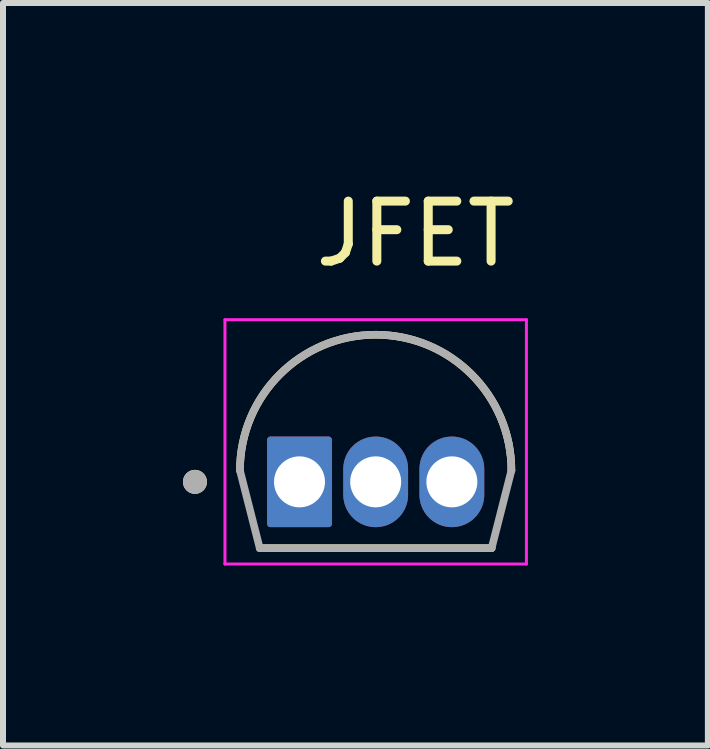
<source format=kicad_pcb>
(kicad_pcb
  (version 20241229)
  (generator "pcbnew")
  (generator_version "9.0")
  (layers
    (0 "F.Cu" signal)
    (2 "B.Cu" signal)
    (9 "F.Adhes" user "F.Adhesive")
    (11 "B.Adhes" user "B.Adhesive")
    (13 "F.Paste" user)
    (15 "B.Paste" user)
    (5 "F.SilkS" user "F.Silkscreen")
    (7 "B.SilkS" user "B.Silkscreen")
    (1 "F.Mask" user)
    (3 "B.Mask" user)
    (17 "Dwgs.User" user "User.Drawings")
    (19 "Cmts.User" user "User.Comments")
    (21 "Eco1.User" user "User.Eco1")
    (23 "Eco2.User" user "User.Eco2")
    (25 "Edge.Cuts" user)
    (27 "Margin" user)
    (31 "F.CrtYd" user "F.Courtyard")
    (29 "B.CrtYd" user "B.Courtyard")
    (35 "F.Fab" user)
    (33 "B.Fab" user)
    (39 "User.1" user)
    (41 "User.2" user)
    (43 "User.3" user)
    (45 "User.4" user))
  (footprint "JFET"
    (layer "F.Cu")
    (at 3.213 4.983)
    (property "Reference" "JFET" (at 0.662 -4.135 0) (layer "F.SilkS") (effects (font (size 1 1) (thickness 0.15))))
    (attr through_hole)
    (fp_poly (pts (xy -0.635 0.215) (xy -0.635 -0.215) (xy -0.634 -0.248) (xy -0.632 -0.281) (xy -0.627 -0.314) (xy -0.621 -0.347) (xy -0.613 -0.379) (xy -0.604 -0.411) (xy -0.593 -0.443) (xy -0.58 -0.473) (xy -0.566 -0.503) (xy -0.55 -0.532) (xy -0.533 -0.561) (xy -0.514 -0.588) (xy -0.493 -0.615) (xy -0.472 -0.64) (xy -0.449 -0.664) (xy -0.425 -0.687) (xy -0.4 -0.708) (xy -0.373 -0.729) (xy -0.346 -0.748) (xy -0.317 -0.765) (xy -0.288 -0.781) (xy -0.258 -0.795) (xy -0.228 -0.808) (xy -0.196 -0.819) (xy -0.164 -0.828) (xy -0.132 -0.836) (xy -0.099 -0.842) (xy -0.066 -0.847) (xy -0.033 -0.849) (xy 0 -0.85) (xy 0.033 -0.849) (xy 0.066 -0.847) (xy 0.099 -0.842) (xy 0.132 -0.836) (xy 0.164 -0.828) (xy 0.196 -0.819) (xy 0.228 -0.808) (xy 0.258 -0.795) (xy 0.288 -0.781) (xy 0.318 -0.765) (xy 0.346 -0.748) (xy 0.373 -0.729) (xy 0.4 -0.708) (xy 0.425 -0.687) (xy 0.449 -0.664) (xy 0.472 -0.64) (xy 0.493 -0.615) (xy 0.514 -0.588) (xy 0.533 -0.561) (xy 0.55 -0.532) (xy 0.566 -0.503) (xy 0.58 -0.473) (xy 0.593 -0.443) (xy 0.604 -0.411) (xy 0.613 -0.379) (xy 0.621 -0.347) (xy 0.627 -0.314) (xy 0.632 -0.281) (xy 0.634 -0.248) (xy 0.635 -0.215) (xy 0.635 0.215) (xy 0.634 0.248) (xy 0.632 0.281) (xy 0.627 0.314) (xy 0.621 0.347) (xy 0.613 0.379) (xy 0.604 0.411) (xy 0.593 0.443) (xy 0.58 0.473) (xy 0.566 0.503) (xy 0.55 0.532) (xy 0.533 0.561) (xy 0.514 0.588) (xy 0.493 0.615) (xy 0.472 0.64) (xy 0.449 0.664) (xy 0.425 0.687) (xy 0.4 0.708) (xy 0.373 0.729) (xy 0.346 0.748) (xy 0.318 0.765) (xy 0.288 0.781) (xy 0.258 0.795) (xy 0.228 0.808) (xy 0.196 0.819) (xy 0.164 0.828) (xy 0.132 0.836) (xy 0.099 0.842) (xy 0.066 0.847) (xy 0.033 0.849) (xy 0 0.85) (xy -0.033 0.849) (xy -0.066 0.847) (xy -0.099 0.842) (xy -0.132 0.836) (xy -0.164 0.828) (xy -0.196 0.819) (xy -0.228 0.808) (xy -0.258 0.795) (xy -0.288 0.781) (xy -0.317 0.765) (xy -0.346 0.748) (xy -0.373 0.729) (xy -0.4 0.708) (xy -0.425 0.687) (xy -0.449 0.664) (xy -0.472 0.64) (xy -0.493 0.615) (xy -0.514 0.588) (xy -0.533 0.561) (xy -0.55 0.532) (xy -0.566 0.503) (xy -0.58 0.473) (xy -0.593 0.443) (xy -0.604 0.411) (xy -0.613 0.379) (xy -0.621 0.347) (xy -0.627 0.314) (xy -0.632 0.281) (xy -0.634 0.248) (xy -0.635 0.215)) (stroke (width 0.01) (type solid)) (fill yes) (layer "F.Mask"))
    (fp_poly (pts (xy 0.635 0.215) (xy 0.635 -0.215) (xy 0.636 -0.248) (xy 0.638 -0.281) (xy 0.643 -0.314) (xy 0.649 -0.347) (xy 0.657 -0.379) (xy 0.666 -0.411) (xy 0.677 -0.443) (xy 0.69 -0.473) (xy 0.704 -0.503) (xy 0.72 -0.532) (xy 0.737 -0.561) (xy 0.756 -0.588) (xy 0.777 -0.615) (xy 0.798 -0.64) (xy 0.821 -0.664) (xy 0.845 -0.687) (xy 0.87 -0.708) (xy 0.897 -0.729) (xy 0.924 -0.748) (xy 0.953 -0.765) (xy 0.982 -0.781) (xy 1.012 -0.795) (xy 1.042 -0.808) (xy 1.074 -0.819) (xy 1.106 -0.828) (xy 1.138 -0.836) (xy 1.171 -0.842) (xy 1.204 -0.847) (xy 1.237 -0.849) (xy 1.27 -0.85) (xy 1.303 -0.849) (xy 1.336 -0.847) (xy 1.369 -0.842) (xy 1.402 -0.836) (xy 1.434 -0.828) (xy 1.466 -0.819) (xy 1.498 -0.808) (xy 1.528 -0.795) (xy 1.558 -0.781) (xy 1.588 -0.765) (xy 1.616 -0.748) (xy 1.643 -0.729) (xy 1.67 -0.708) (xy 1.695 -0.687) (xy 1.719 -0.664) (xy 1.742 -0.64) (xy 1.763 -0.615) (xy 1.784 -0.588) (xy 1.803 -0.561) (xy 1.82 -0.532) (xy 1.836 -0.503) (xy 1.85 -0.473) (xy 1.863 -0.443) (xy 1.874 -0.411) (xy 1.883 -0.379) (xy 1.891 -0.347) (xy 1.897 -0.314) (xy 1.902 -0.281) (xy 1.904 -0.248) (xy 1.905 -0.215) (xy 1.905 0.215) (xy 1.904 0.248) (xy 1.902 0.281) (xy 1.897 0.314) (xy 1.891 0.347) (xy 1.883 0.379) (xy 1.874 0.411) (xy 1.863 0.443) (xy 1.85 0.473) (xy 1.836 0.503) (xy 1.82 0.532) (xy 1.803 0.561) (xy 1.784 0.588) (xy 1.763 0.615) (xy 1.742 0.64) (xy 1.719 0.664) (xy 1.695 0.687) (xy 1.67 0.708) (xy 1.643 0.729) (xy 1.616 0.748) (xy 1.588 0.765) (xy 1.558 0.781) (xy 1.528 0.795) (xy 1.498 0.808) (xy 1.466 0.819) (xy 1.434 0.828) (xy 1.402 0.836) (xy 1.369 0.842) (xy 1.336 0.847) (xy 1.303 0.849) (xy 1.27 0.85) (xy 1.237 0.849) (xy 1.204 0.847) (xy 1.171 0.842) (xy 1.138 0.836) (xy 1.106 0.828) (xy 1.074 0.819) (xy 1.042 0.808) (xy 1.012 0.795) (xy 0.982 0.781) (xy 0.953 0.765) (xy 0.924 0.748) (xy 0.897 0.729) (xy 0.87 0.708) (xy 0.845 0.687) (xy 0.821 0.664) (xy 0.798 0.64) (xy 0.777 0.615) (xy 0.756 0.588) (xy 0.737 0.561) (xy 0.72 0.532) (xy 0.704 0.503) (xy 0.69 0.473) (xy 0.677 0.443) (xy 0.666 0.411) (xy 0.657 0.379) (xy 0.649 0.347) (xy 0.643 0.314) (xy 0.638 0.281) (xy 0.636 0.248) (xy 0.635 0.215)) (stroke (width 0.01) (type solid)) (fill yes) (layer "F.Mask"))
    (fp_poly (pts (xy -0.635 -0.75) (xy -0.635 0.75) (xy -0.635 0.755) (xy -0.636 0.76) (xy -0.636 0.766) (xy -0.637 0.771) (xy -0.638 0.776) (xy -0.64 0.781) (xy -0.642 0.786) (xy -0.644 0.791) (xy -0.646 0.795) (xy -0.648 0.8) (xy -0.651 0.804) (xy -0.654 0.809) (xy -0.657 0.813) (xy -0.661 0.817) (xy -0.664 0.821) (xy -0.668 0.824) (xy -0.672 0.828) (xy -0.676 0.831) (xy -0.681 0.834) (xy -0.685 0.837) (xy -0.69 0.839) (xy -0.694 0.841) (xy -0.699 0.843) (xy -0.704 0.845) (xy -0.709 0.847) (xy -0.714 0.848) (xy -0.719 0.849) (xy -0.725 0.849) (xy -0.73 0.85) (xy -0.735 0.85) (xy -1.805 0.85) (xy -1.81 0.85) (xy -1.815 0.849) (xy -1.821 0.849) (xy -1.826 0.848) (xy -1.831 0.847) (xy -1.836 0.845) (xy -1.841 0.843) (xy -1.846 0.841) (xy -1.85 0.839) (xy -1.855 0.837) (xy -1.859 0.834) (xy -1.864 0.831) (xy -1.868 0.828) (xy -1.872 0.824) (xy -1.876 0.821) (xy -1.879 0.817) (xy -1.883 0.813) (xy -1.886 0.809) (xy -1.889 0.804) (xy -1.892 0.8) (xy -1.894 0.795) (xy -1.896 0.791) (xy -1.898 0.786) (xy -1.9 0.781) (xy -1.902 0.776) (xy -1.903 0.771) (xy -1.904 0.766) (xy -1.904 0.76) (xy -1.905 0.755) (xy -1.905 0.75) (xy -1.905 -0.75) (xy -1.905 -0.755) (xy -1.904 -0.76) (xy -1.904 -0.766) (xy -1.903 -0.771) (xy -1.902 -0.776) (xy -1.9 -0.781) (xy -1.898 -0.786) (xy -1.896 -0.791) (xy -1.894 -0.795) (xy -1.892 -0.8) (xy -1.889 -0.804) (xy -1.886 -0.809) (xy -1.883 -0.813) (xy -1.879 -0.817) (xy -1.876 -0.821) (xy -1.872 -0.824) (xy -1.868 -0.828) (xy -1.864 -0.831) (xy -1.859 -0.834) (xy -1.855 -0.837) (xy -1.85 -0.839) (xy -1.846 -0.841) (xy -1.841 -0.843) (xy -1.836 -0.845) (xy -1.831 -0.847) (xy -1.826 -0.848) (xy -1.821 -0.849) (xy -1.815 -0.849) (xy -1.81 -0.85) (xy -1.805 -0.85) (xy -0.735 -0.85) (xy -0.73 -0.85) (xy -0.725 -0.849) (xy -0.719 -0.849) (xy -0.714 -0.848) (xy -0.709 -0.847) (xy -0.704 -0.845) (xy -0.699 -0.843) (xy -0.694 -0.841) (xy -0.69 -0.839) (xy -0.685 -0.837) (xy -0.681 -0.834) (xy -0.676 -0.831) (xy -0.672 -0.828) (xy -0.668 -0.824) (xy -0.664 -0.821) (xy -0.661 -0.817) (xy -0.657 -0.813) (xy -0.654 -0.809) (xy -0.651 -0.804) (xy -0.648 -0.8) (xy -0.646 -0.795) (xy -0.644 -0.791) (xy -0.642 -0.786) (xy -0.64 -0.781) (xy -0.638 -0.776) (xy -0.637 -0.771) (xy -0.636 -0.766) (xy -0.636 -0.76) (xy -0.635 -0.755) (xy -0.635 -0.75)) (stroke (width 0.01) (type solid)) (fill yes) (layer "F.Mask"))
    (fp_poly (pts (xy -0.635 0.215) (xy -0.635 -0.215) (xy -0.634 -0.248) (xy -0.632 -0.281) (xy -0.627 -0.314) (xy -0.621 -0.347) (xy -0.613 -0.379) (xy -0.604 -0.411) (xy -0.593 -0.443) (xy -0.58 -0.473) (xy -0.566 -0.503) (xy -0.55 -0.532) (xy -0.533 -0.561) (xy -0.514 -0.588) (xy -0.493 -0.615) (xy -0.472 -0.64) (xy -0.449 -0.664) (xy -0.425 -0.687) (xy -0.4 -0.708) (xy -0.373 -0.729) (xy -0.346 -0.748) (xy -0.317 -0.765) (xy -0.288 -0.781) (xy -0.258 -0.795) (xy -0.228 -0.808) (xy -0.196 -0.819) (xy -0.164 -0.828) (xy -0.132 -0.836) (xy -0.099 -0.842) (xy -0.066 -0.847) (xy -0.033 -0.849) (xy 0 -0.85) (xy 0.033 -0.849) (xy 0.066 -0.847) (xy 0.099 -0.842) (xy 0.132 -0.836) (xy 0.164 -0.828) (xy 0.196 -0.819) (xy 0.228 -0.808) (xy 0.258 -0.795) (xy 0.288 -0.781) (xy 0.318 -0.765) (xy 0.346 -0.748) (xy 0.373 -0.729) (xy 0.4 -0.708) (xy 0.425 -0.687) (xy 0.449 -0.664) (xy 0.472 -0.64) (xy 0.493 -0.615) (xy 0.514 -0.588) (xy 0.533 -0.561) (xy 0.55 -0.532) (xy 0.566 -0.503) (xy 0.58 -0.473) (xy 0.593 -0.443) (xy 0.604 -0.411) (xy 0.613 -0.379) (xy 0.621 -0.347) (xy 0.627 -0.314) (xy 0.632 -0.281) (xy 0.634 -0.248) (xy 0.635 -0.215) (xy 0.635 0.215) (xy 0.634 0.248) (xy 0.632 0.281) (xy 0.627 0.314) (xy 0.621 0.347) (xy 0.613 0.379) (xy 0.604 0.411) (xy 0.593 0.443) (xy 0.58 0.473) (xy 0.566 0.503) (xy 0.55 0.532) (xy 0.533 0.561) (xy 0.514 0.588) (xy 0.493 0.615) (xy 0.472 0.64) (xy 0.449 0.664) (xy 0.425 0.687) (xy 0.4 0.708) (xy 0.373 0.729) (xy 0.346 0.748) (xy 0.318 0.765) (xy 0.288 0.781) (xy 0.258 0.795) (xy 0.228 0.808) (xy 0.196 0.819) (xy 0.164 0.828) (xy 0.132 0.836) (xy 0.099 0.842) (xy 0.066 0.847) (xy 0.033 0.849) (xy 0 0.85) (xy -0.033 0.849) (xy -0.066 0.847) (xy -0.099 0.842) (xy -0.132 0.836) (xy -0.164 0.828) (xy -0.196 0.819) (xy -0.228 0.808) (xy -0.258 0.795) (xy -0.288 0.781) (xy -0.317 0.765) (xy -0.346 0.748) (xy -0.373 0.729) (xy -0.4 0.708) (xy -0.425 0.687) (xy -0.449 0.664) (xy -0.472 0.64) (xy -0.493 0.615) (xy -0.514 0.588) (xy -0.533 0.561) (xy -0.55 0.532) (xy -0.566 0.503) (xy -0.58 0.473) (xy -0.593 0.443) (xy -0.604 0.411) (xy -0.613 0.379) (xy -0.621 0.347) (xy -0.627 0.314) (xy -0.632 0.281) (xy -0.634 0.248) (xy -0.635 0.215)) (stroke (width 0.01) (type solid)) (fill yes) (layer "B.Mask"))
    (fp_poly (pts (xy 0.635 0.215) (xy 0.635 -0.215) (xy 0.636 -0.248) (xy 0.638 -0.281) (xy 0.643 -0.314) (xy 0.649 -0.347) (xy 0.657 -0.379) (xy 0.666 -0.411) (xy 0.677 -0.443) (xy 0.69 -0.473) (xy 0.704 -0.503) (xy 0.72 -0.532) (xy 0.737 -0.561) (xy 0.756 -0.588) (xy 0.777 -0.615) (xy 0.798 -0.64) (xy 0.821 -0.664) (xy 0.845 -0.687) (xy 0.87 -0.708) (xy 0.897 -0.729) (xy 0.924 -0.748) (xy 0.953 -0.765) (xy 0.982 -0.781) (xy 1.012 -0.795) (xy 1.042 -0.808) (xy 1.074 -0.819) (xy 1.106 -0.828) (xy 1.138 -0.836) (xy 1.171 -0.842) (xy 1.204 -0.847) (xy 1.237 -0.849) (xy 1.27 -0.85) (xy 1.303 -0.849) (xy 1.336 -0.847) (xy 1.369 -0.842) (xy 1.402 -0.836) (xy 1.434 -0.828) (xy 1.466 -0.819) (xy 1.498 -0.808) (xy 1.528 -0.795) (xy 1.558 -0.781) (xy 1.588 -0.765) (xy 1.616 -0.748) (xy 1.643 -0.729) (xy 1.67 -0.708) (xy 1.695 -0.687) (xy 1.719 -0.664) (xy 1.742 -0.64) (xy 1.763 -0.615) (xy 1.784 -0.588) (xy 1.803 -0.561) (xy 1.82 -0.532) (xy 1.836 -0.503) (xy 1.85 -0.473) (xy 1.863 -0.443) (xy 1.874 -0.411) (xy 1.883 -0.379) (xy 1.891 -0.347) (xy 1.897 -0.314) (xy 1.902 -0.281) (xy 1.904 -0.248) (xy 1.905 -0.215) (xy 1.905 0.215) (xy 1.904 0.248) (xy 1.902 0.281) (xy 1.897 0.314) (xy 1.891 0.347) (xy 1.883 0.379) (xy 1.874 0.411) (xy 1.863 0.443) (xy 1.85 0.473) (xy 1.836 0.503) (xy 1.82 0.532) (xy 1.803 0.561) (xy 1.784 0.588) (xy 1.763 0.615) (xy 1.742 0.64) (xy 1.719 0.664) (xy 1.695 0.687) (xy 1.67 0.708) (xy 1.643 0.729) (xy 1.616 0.748) (xy 1.588 0.765) (xy 1.558 0.781) (xy 1.528 0.795) (xy 1.498 0.808) (xy 1.466 0.819) (xy 1.434 0.828) (xy 1.402 0.836) (xy 1.369 0.842) (xy 1.336 0.847) (xy 1.303 0.849) (xy 1.27 0.85) (xy 1.237 0.849) (xy 1.204 0.847) (xy 1.171 0.842) (xy 1.138 0.836) (xy 1.106 0.828) (xy 1.074 0.819) (xy 1.042 0.808) (xy 1.012 0.795) (xy 0.982 0.781) (xy 0.953 0.765) (xy 0.924 0.748) (xy 0.897 0.729) (xy 0.87 0.708) (xy 0.845 0.687) (xy 0.821 0.664) (xy 0.798 0.64) (xy 0.777 0.615) (xy 0.756 0.588) (xy 0.737 0.561) (xy 0.72 0.532) (xy 0.704 0.503) (xy 0.69 0.473) (xy 0.677 0.443) (xy 0.666 0.411) (xy 0.657 0.379) (xy 0.649 0.347) (xy 0.643 0.314) (xy 0.638 0.281) (xy 0.636 0.248) (xy 0.635 0.215)) (stroke (width 0.01) (type solid)) (fill yes) (layer "B.Mask"))
    (fp_poly (pts (xy -0.635 -0.75) (xy -0.635 0.75) (xy -0.635 0.755) (xy -0.636 0.76) (xy -0.636 0.766) (xy -0.637 0.771) (xy -0.638 0.776) (xy -0.64 0.781) (xy -0.642 0.786) (xy -0.644 0.791) (xy -0.646 0.795) (xy -0.648 0.8) (xy -0.651 0.804) (xy -0.654 0.809) (xy -0.657 0.813) (xy -0.661 0.817) (xy -0.664 0.821) (xy -0.668 0.824) (xy -0.672 0.828) (xy -0.676 0.831) (xy -0.681 0.834) (xy -0.685 0.837) (xy -0.69 0.839) (xy -0.694 0.841) (xy -0.699 0.843) (xy -0.704 0.845) (xy -0.709 0.847) (xy -0.714 0.848) (xy -0.719 0.849) (xy -0.725 0.849) (xy -0.73 0.85) (xy -0.735 0.85) (xy -1.805 0.85) (xy -1.81 0.85) (xy -1.815 0.849) (xy -1.821 0.849) (xy -1.826 0.848) (xy -1.831 0.847) (xy -1.836 0.845) (xy -1.841 0.843) (xy -1.846 0.841) (xy -1.85 0.839) (xy -1.855 0.837) (xy -1.859 0.834) (xy -1.864 0.831) (xy -1.868 0.828) (xy -1.872 0.824) (xy -1.876 0.821) (xy -1.879 0.817) (xy -1.883 0.813) (xy -1.886 0.809) (xy -1.889 0.804) (xy -1.892 0.8) (xy -1.894 0.795) (xy -1.896 0.791) (xy -1.898 0.786) (xy -1.9 0.781) (xy -1.902 0.776) (xy -1.903 0.771) (xy -1.904 0.766) (xy -1.904 0.76) (xy -1.905 0.755) (xy -1.905 0.75) (xy -1.905 -0.75) (xy -1.905 -0.755) (xy -1.904 -0.76) (xy -1.904 -0.766) (xy -1.903 -0.771) (xy -1.902 -0.776) (xy -1.9 -0.781) (xy -1.898 -0.786) (xy -1.896 -0.791) (xy -1.894 -0.795) (xy -1.892 -0.8) (xy -1.889 -0.804) (xy -1.886 -0.809) (xy -1.883 -0.813) (xy -1.879 -0.817) (xy -1.876 -0.821) (xy -1.872 -0.824) (xy -1.868 -0.828) (xy -1.864 -0.831) (xy -1.859 -0.834) (xy -1.855 -0.837) (xy -1.85 -0.839) (xy -1.846 -0.841) (xy -1.841 -0.843) (xy -1.836 -0.845) (xy -1.831 -0.847) (xy -1.826 -0.848) (xy -1.821 -0.849) (xy -1.815 -0.849) (xy -1.81 -0.85) (xy -1.805 -0.85) (xy -0.735 -0.85) (xy -0.73 -0.85) (xy -0.725 -0.849) (xy -0.719 -0.849) (xy -0.714 -0.848) (xy -0.709 -0.847) (xy -0.704 -0.845) (xy -0.699 -0.843) (xy -0.694 -0.841) (xy -0.69 -0.839) (xy -0.685 -0.837) (xy -0.681 -0.834) (xy -0.676 -0.831) (xy -0.672 -0.828) (xy -0.668 -0.824) (xy -0.664 -0.821) (xy -0.661 -0.817) (xy -0.657 -0.813) (xy -0.654 -0.809) (xy -0.651 -0.804) (xy -0.648 -0.8) (xy -0.646 -0.795) (xy -0.644 -0.791) (xy -0.642 -0.786) (xy -0.64 -0.781) (xy -0.638 -0.776) (xy -0.637 -0.771) (xy -0.636 -0.766) (xy -0.636 -0.76) (xy -0.635 -0.755) (xy -0.635 -0.75)) (stroke (width 0.01) (type solid)) (fill yes) (layer "B.Mask"))
    (fp_line (start 1.933 1.105) (end -1.933 1.105) (stroke (width 0.127) (type solid)) (layer "F.SilkS"))
    (fp_arc (start -2.2625 -0.19) (mid 0 -2.4525) (end 2.2625 -0.19) (stroke (width 0.127) (type solid)) (layer "F.SilkS"))
    (fp_circle (center -3.013 0) (end -2.913 0) (stroke (width 0.2) (type solid)) (fill no) (layer "F.SilkS"))
    (fp_line (start -2.513 -2.703) (end -2.513 1.37) (stroke (width 0.05) (type solid)) (layer "F.CrtYd"))
    (fp_line (start -2.513 1.37) (end 2.513 1.37) (stroke (width 0.05) (type solid)) (layer "F.CrtYd"))
    (fp_line (start 2.513 -2.703) (end -2.513 -2.703) (stroke (width 0.05) (type solid)) (layer "F.CrtYd"))
    (fp_line (start 2.513 1.37) (end 2.513 -2.703) (stroke (width 0.05) (type solid)) (layer "F.CrtYd"))
    (fp_line (start -1.933 1.105) (end -2.263 -0.19) (stroke (width 0.127) (type solid)) (layer "F.Fab"))
    (fp_line (start 1.933 1.105) (end -1.933 1.105) (stroke (width 0.127) (type solid)) (layer "F.Fab"))
    (fp_line (start 1.933 1.105) (end 2.263 -0.19) (stroke (width 0.127) (type solid)) (layer "F.Fab"))
    (fp_arc (start -2.2625 -0.19) (mid 0 -2.4525) (end 2.2625 -0.19) (stroke (width 0.127) (type solid)) (layer "F.Fab"))
    (fp_circle (center -3.013 0) (end -2.913 0) (stroke (width 0.2) (type solid)) (fill no) (layer "F.Fab"))
    (pad "1" thru_hole custom (at -1.27 0) (size 1.07 1.07) (drill 0.85) (layers "*.Cu") (options (anchor circle)) (primitives (gr_poly (pts (xy -0.535 0.7) (xy -0.535 -0.7) (xy -0.535 -0.703) (xy -0.535 -0.705) (xy -0.534 -0.708) (xy -0.534 -0.71) (xy -0.533 -0.713) (xy -0.533 -0.715) (xy -0.532 -0.718) (xy -0.531 -0.72) (xy -0.53 -0.723) (xy -0.528 -0.725) (xy -0.527 -0.727) (xy -0.525 -0.729) (xy -0.524 -0.731) (xy -0.522 -0.733) (xy -0.52 -0.735) (xy -0.518 -0.737) (xy -0.516 -0.739) (xy -0.514 -0.74) (xy -0.512 -0.742) (xy -0.51 -0.743) (xy -0.508 -0.745) (xy -0.505 -0.746) (xy -0.503 -0.747) (xy -0.5 -0.748) (xy -0.498 -0.748) (xy -0.495 -0.749) (xy -0.493 -0.749) (xy -0.49 -0.75) (xy -0.488 -0.75) (xy -0.485 -0.75) (xy 0.485 -0.75) (xy 0.488 -0.75) (xy 0.49 -0.75) (xy 0.493 -0.749) (xy 0.495 -0.749) (xy 0.498 -0.748) (xy 0.5 -0.748) (xy 0.503 -0.747) (xy 0.505 -0.746) (xy 0.508 -0.745) (xy 0.51 -0.743) (xy 0.512 -0.742) (xy 0.514 -0.74) (xy 0.516 -0.739) (xy 0.518 -0.737) (xy 0.52 -0.735) (xy 0.522 -0.733) (xy 0.524 -0.731) (xy 0.525 -0.729) (xy 0.527 -0.727) (xy 0.528 -0.725) (xy 0.53 -0.723) (xy 0.531 -0.72) (xy 0.532 -0.718) (xy 0.533 -0.715) (xy 0.533 -0.713) (xy 0.534 -0.71) (xy 0.534 -0.708) (xy 0.535 -0.705) (xy 0.535 -0.703) (xy 0.535 -0.7) (xy 0.535 0.7) (xy 0.535 0.703) (xy 0.535 0.705) (xy 0.534 0.708) (xy 0.534 0.71) (xy 0.533 0.713) (xy 0.533 0.715) (xy 0.532 0.718) (xy 0.531 0.72) (xy 0.53 0.723) (xy 0.528 0.725) (xy 0.527 0.727) (xy 0.525 0.729) (xy 0.524 0.731) (xy 0.522 0.733) (xy 0.52 0.735) (xy 0.518 0.737) (xy 0.516 0.739) (xy 0.514 0.74) (xy 0.512 0.742) (xy 0.51 0.743) (xy 0.508 0.745) (xy 0.505 0.746) (xy 0.503 0.747) (xy 0.5 0.748) (xy 0.498 0.748) (xy 0.495 0.749) (xy 0.493 0.749) (xy 0.49 0.75) (xy 0.488 0.75) (xy 0.485 0.75) (xy -0.485 0.75) (xy -0.488 0.75) (xy -0.49 0.75) (xy -0.493 0.749) (xy -0.495 0.749) (xy -0.498 0.748) (xy -0.5 0.748) (xy -0.503 0.747) (xy -0.505 0.746) (xy -0.508 0.745) (xy -0.51 0.743) (xy -0.512 0.742) (xy -0.514 0.74) (xy -0.516 0.739) (xy -0.518 0.737) (xy -0.52 0.735) (xy -0.522 0.733) (xy -0.524 0.731) (xy -0.525 0.729) (xy -0.527 0.727) (xy -0.528 0.725) (xy -0.53 0.723) (xy -0.531 0.72) (xy -0.532 0.718) (xy -0.533 0.715) (xy -0.533 0.713) (xy -0.534 0.71) (xy -0.534 0.708) (xy -0.535 0.705) (xy -0.535 0.703) (xy -0.535 0.7)) (width 0.01) (fill yes))))
    (pad "2" thru_hole custom (at 0 0) (size 1.07 1.07) (drill 0.85) (layers "*.Cu") (options (anchor circle)) (primitives (gr_poly (pts (xy -0.535 0.215) (xy -0.535 -0.215) (xy -0.534 -0.243) (xy -0.532 -0.271) (xy -0.528 -0.299) (xy -0.523 -0.326) (xy -0.517 -0.353) (xy -0.509 -0.38) (xy -0.499 -0.407) (xy -0.489 -0.433) (xy -0.477 -0.458) (xy -0.463 -0.482) (xy -0.449 -0.506) (xy -0.433 -0.529) (xy -0.416 -0.552) (xy -0.398 -0.573) (xy -0.378 -0.593) (xy -0.358 -0.613) (xy -0.337 -0.631) (xy -0.314 -0.648) (xy -0.291 -0.664) (xy -0.267 -0.678) (xy -0.243 -0.692) (xy -0.218 -0.704) (xy -0.192 -0.714) (xy -0.165 -0.724) (xy -0.138 -0.732) (xy -0.111 -0.738) (xy -0.084 -0.743) (xy -0.056 -0.747) (xy -0.028 -0.749) (xy 0 -0.75) (xy 0.028 -0.749) (xy 0.056 -0.747) (xy 0.084 -0.743) (xy 0.111 -0.738) (xy 0.138 -0.732) (xy 0.165 -0.724) (xy 0.192 -0.714) (xy 0.218 -0.704) (xy 0.243 -0.692) (xy 0.268 -0.678) (xy 0.291 -0.664) (xy 0.314 -0.648) (xy 0.337 -0.631) (xy 0.358 -0.613) (xy 0.378 -0.593) (xy 0.398 -0.573) (xy 0.416 -0.552) (xy 0.433 -0.529) (xy 0.449 -0.506) (xy 0.463 -0.482) (xy 0.477 -0.458) (xy 0.489 -0.433) (xy 0.499 -0.407) (xy 0.509 -0.38) (xy 0.517 -0.353) (xy 0.523 -0.326) (xy 0.528 -0.299) (xy 0.532 -0.271) (xy 0.534 -0.243) (xy 0.535 -0.215) (xy 0.535 0.215) (xy 0.534 0.243) (xy 0.532 0.271) (xy 0.528 0.299) (xy 0.523 0.326) (xy 0.517 0.353) (xy 0.509 0.38) (xy 0.499 0.407) (xy 0.489 0.433) (xy 0.477 0.458) (xy 0.463 0.482) (xy 0.449 0.506) (xy 0.433 0.529) (xy 0.416 0.552) (xy 0.398 0.573) (xy 0.378 0.593) (xy 0.358 0.613) (xy 0.337 0.631) (xy 0.314 0.648) (xy 0.291 0.664) (xy 0.268 0.678) (xy 0.243 0.692) (xy 0.218 0.704) (xy 0.192 0.714) (xy 0.165 0.724) (xy 0.138 0.732) (xy 0.111 0.738) (xy 0.084 0.743) (xy 0.056 0.747) (xy 0.028 0.749) (xy 0 0.75) (xy -0.028 0.749) (xy -0.056 0.747) (xy -0.084 0.743) (xy -0.111 0.738) (xy -0.138 0.732) (xy -0.165 0.724) (xy -0.192 0.714) (xy -0.218 0.704) (xy -0.243 0.692) (xy -0.267 0.678) (xy -0.291 0.664) (xy -0.314 0.648) (xy -0.337 0.631) (xy -0.358 0.613) (xy -0.378 0.593) (xy -0.398 0.573) (xy -0.416 0.552) (xy -0.433 0.529) (xy -0.449 0.506) (xy -0.463 0.482) (xy -0.477 0.458) (xy -0.489 0.433) (xy -0.499 0.407) (xy -0.509 0.38) (xy -0.517 0.353) (xy -0.523 0.326) (xy -0.528 0.299) (xy -0.532 0.271) (xy -0.534 0.243) (xy -0.535 0.215)) (width 0.01) (fill yes))))
    (pad "3" thru_hole custom (at 1.27 0) (size 1.07 1.07) (drill 0.85) (layers "*.Cu") (options (anchor circle)) (primitives (gr_poly (pts (xy -0.535 0.215) (xy -0.535 -0.215) (xy -0.534 -0.243) (xy -0.532 -0.271) (xy -0.528 -0.299) (xy -0.523 -0.326) (xy -0.517 -0.353) (xy -0.509 -0.38) (xy -0.499 -0.407) (xy -0.489 -0.433) (xy -0.477 -0.458) (xy -0.463 -0.482) (xy -0.449 -0.506) (xy -0.433 -0.529) (xy -0.416 -0.552) (xy -0.398 -0.573) (xy -0.378 -0.593) (xy -0.358 -0.613) (xy -0.337 -0.631) (xy -0.314 -0.648) (xy -0.291 -0.664) (xy -0.267 -0.678) (xy -0.243 -0.692) (xy -0.218 -0.704) (xy -0.192 -0.714) (xy -0.165 -0.724) (xy -0.138 -0.732) (xy -0.111 -0.738) (xy -0.084 -0.743) (xy -0.056 -0.747) (xy -0.028 -0.749) (xy 0 -0.75) (xy 0.028 -0.749) (xy 0.056 -0.747) (xy 0.084 -0.743) (xy 0.111 -0.738) (xy 0.138 -0.732) (xy 0.165 -0.724) (xy 0.192 -0.714) (xy 0.218 -0.704) (xy 0.243 -0.692) (xy 0.268 -0.678) (xy 0.291 -0.664) (xy 0.314 -0.648) (xy 0.337 -0.631) (xy 0.358 -0.613) (xy 0.378 -0.593) (xy 0.398 -0.573) (xy 0.416 -0.552) (xy 0.433 -0.529) (xy 0.449 -0.506) (xy 0.463 -0.482) (xy 0.477 -0.458) (xy 0.489 -0.433) (xy 0.499 -0.407) (xy 0.509 -0.38) (xy 0.517 -0.353) (xy 0.523 -0.326) (xy 0.528 -0.299) (xy 0.532 -0.271) (xy 0.534 -0.243) (xy 0.535 -0.215) (xy 0.535 0.215) (xy 0.534 0.243) (xy 0.532 0.271) (xy 0.528 0.299) (xy 0.523 0.326) (xy 0.517 0.353) (xy 0.509 0.38) (xy 0.499 0.407) (xy 0.489 0.433) (xy 0.477 0.458) (xy 0.463 0.482) (xy 0.449 0.506) (xy 0.433 0.529) (xy 0.416 0.552) (xy 0.398 0.573) (xy 0.378 0.593) (xy 0.358 0.613) (xy 0.337 0.631) (xy 0.314 0.648) (xy 0.291 0.664) (xy 0.268 0.678) (xy 0.243 0.692) (xy 0.218 0.704) (xy 0.192 0.714) (xy 0.165 0.724) (xy 0.138 0.732) (xy 0.111 0.738) (xy 0.084 0.743) (xy 0.056 0.747) (xy 0.028 0.749) (xy 0 0.75) (xy -0.028 0.749) (xy -0.056 0.747) (xy -0.084 0.743) (xy -0.111 0.738) (xy -0.138 0.732) (xy -0.165 0.724) (xy -0.192 0.714) (xy -0.218 0.704) (xy -0.243 0.692) (xy -0.267 0.678) (xy -0.291 0.664) (xy -0.314 0.648) (xy -0.337 0.631) (xy -0.358 0.613) (xy -0.378 0.593) (xy -0.398 0.573) (xy -0.416 0.552) (xy -0.433 0.529) (xy -0.449 0.506) (xy -0.463 0.482) (xy -0.477 0.458) (xy -0.489 0.433) (xy -0.499 0.407) (xy -0.509 0.38) (xy -0.517 0.353) (xy -0.523 0.326) (xy -0.528 0.299) (xy -0.532 0.271) (xy -0.534 0.243) (xy -0.535 0.215)) (width 0.01) (fill yes)))))
  (gr_rect
    (start -3 -3)
    (end 8.751 9.378)
    (stroke (width 0.1) (type default))
    (fill no)
    (layer "Edge.Cuts")))
</source>
